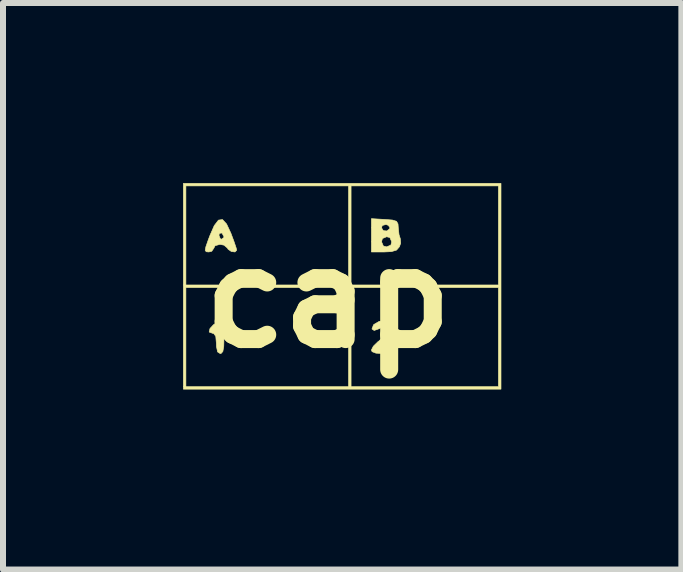
<source format=kicad_pcb>
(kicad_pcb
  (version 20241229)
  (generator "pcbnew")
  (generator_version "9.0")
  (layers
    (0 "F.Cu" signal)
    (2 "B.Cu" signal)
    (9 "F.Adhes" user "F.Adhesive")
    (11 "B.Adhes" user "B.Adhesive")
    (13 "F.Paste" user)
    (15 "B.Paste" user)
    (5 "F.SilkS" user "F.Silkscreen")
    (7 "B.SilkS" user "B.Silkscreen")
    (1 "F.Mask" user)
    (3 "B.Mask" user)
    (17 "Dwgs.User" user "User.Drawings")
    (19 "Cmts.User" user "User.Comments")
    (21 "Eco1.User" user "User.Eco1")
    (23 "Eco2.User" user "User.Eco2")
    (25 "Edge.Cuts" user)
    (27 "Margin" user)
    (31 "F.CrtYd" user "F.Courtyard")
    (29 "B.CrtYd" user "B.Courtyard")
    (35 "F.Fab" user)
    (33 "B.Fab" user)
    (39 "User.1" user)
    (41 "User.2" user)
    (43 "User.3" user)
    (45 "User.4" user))
  (footprint "cap"
    (layer "F.Cu")
    (at 2.418 1.91)
    (property "Reference" "cap" (at 0 0 0) (layer "F.SilkS") (effects (font (size 1.524 1.524) (thickness 0.3))))
    (attr through_hole)
    (fp_poly (pts (xy -1.776 0.392) (xy -1.746 0.463) (xy -1.736 0.61) (xy -1.736 0.656) (xy -1.74 0.811) (xy -1.755 0.896) (xy -1.785 0.929) (xy -1.799 0.931) (xy -1.843 0.903) (xy -1.862 0.811) (xy -1.863 0.762) (xy -1.873 0.644) (xy -1.908 0.596) (xy -1.926 0.593) (xy -1.983 0.572) (xy -1.97 0.514) (xy -1.912 0.451) (xy -1.829 0.39) (xy -1.776 0.392)) (stroke (width 0.01) (type solid)) (fill yes) (layer "F.SilkS"))
    (fp_poly (pts (xy 2.879 1.524) (xy -2.413 1.524) (xy -2.413 -0.169) (xy -2.371 -0.169) (xy -2.371 1.482) (xy 0.339 1.482) (xy 0.339 -0.169) (xy 0.381 -0.169) (xy 0.381 1.482) (xy 2.836 1.482) (xy 2.836 -0.169) (xy 0.381 -0.169) (xy 0.339 -0.169) (xy -2.371 -0.169) (xy -2.413 -0.169) (xy -2.413 -1.863) (xy -2.371 -1.863) (xy -2.371 -0.212) (xy 0.339 -0.212) (xy 0.339 -1.863) (xy 0.381 -1.863) (xy 0.381 -0.212) (xy 2.836 -0.212) (xy 2.836 -1.863) (xy 0.381 -1.863) (xy 0.339 -1.863) (xy -2.371 -1.863) (xy -2.413 -1.863) (xy -2.413 -1.905) (xy 2.879 -1.905) (xy 2.879 1.524)) (stroke (width 0.01) (type solid)) (fill yes) (layer "F.SilkS"))
    (fp_poly (pts (xy 1.074 0.417) (xy 1.092 0.432) (xy 1.139 0.514) (xy 1.114 0.606) (xy 1.015 0.72) (xy 1.012 0.724) (xy 0.88 0.847) (xy 1.012 0.847) (xy 1.103 0.859) (xy 1.143 0.887) (xy 1.143 0.889) (xy 1.105 0.913) (xy 1.008 0.928) (xy 0.931 0.931) (xy 0.796 0.924) (xy 0.731 0.899) (xy 0.72 0.871) (xy 0.752 0.808) (xy 0.83 0.732) (xy 0.847 0.72) (xy 0.931 0.639) (xy 0.973 0.558) (xy 0.974 0.547) (xy 0.965 0.481) (xy 0.926 0.474) (xy 0.848 0.517) (xy 0.766 0.546) (xy 0.729 0.521) (xy 0.754 0.454) (xy 0.761 0.446) (xy 0.85 0.394) (xy 0.969 0.384) (xy 1.074 0.417)) (stroke (width 0.01) (type solid)) (fill yes) (layer "F.SilkS"))
    (fp_poly (pts (xy -1.693 -1.228) (xy -1.62 -1.072) (xy -1.619 -1.069) (xy -1.569 -0.935) (xy -1.535 -0.834) (xy -1.524 -0.792) (xy -1.553 -0.762) (xy -1.614 -0.77) (xy -1.668 -0.808) (xy -1.678 -0.826) (xy -1.735 -0.875) (xy -1.804 -0.889) (xy -1.885 -0.866) (xy -1.905 -0.826) (xy -1.94 -0.774) (xy -1.989 -0.762) (xy -2.032 -0.766) (xy -2.049 -0.789) (xy -2.038 -0.849) (xy -1.998 -0.964) (xy -1.974 -1.027) (xy -1.969 -1.04) (xy -1.82 -1.04) (xy -1.798 -0.982) (xy -1.778 -0.974) (xy -1.737 -1.004) (xy -1.736 -1.014) (xy -1.766 -1.071) (xy -1.778 -1.079) (xy -1.814 -1.07) (xy -1.82 -1.04) (xy -1.969 -1.04) (xy -1.898 -1.202) (xy -1.828 -1.293) (xy -1.761 -1.302) (xy -1.693 -1.228)) (stroke (width 0.01) (type solid)) (fill yes) (layer "F.SilkS"))
    (fp_poly (pts (xy 0.942 -1.304) (xy 1.071 -1.294) (xy 1.138 -1.273) (xy 1.163 -1.229) (xy 1.168 -1.16) (xy 1.18 -1.051) (xy 1.202 -0.981) (xy 1.208 -0.909) (xy 1.186 -0.848) (xy 1.138 -0.793) (xy 1.054 -0.768) (xy 0.93 -0.762) (xy 0.72 -0.762) (xy 0.72 -0.931) (xy 0.889 -0.931) (xy 0.919 -0.861) (xy 0.974 -0.847) (xy 1.044 -0.877) (xy 1.058 -0.931) (xy 1.028 -1.002) (xy 0.974 -1.016) (xy 0.903 -0.986) (xy 0.889 -0.931) (xy 0.72 -0.931) (xy 0.72 -1.164) (xy 0.889 -1.164) (xy 0.918 -1.117) (xy 0.978 -1.112) (xy 1.025 -1.15) (xy 1.029 -1.164) (xy 1.002 -1.205) (xy 0.963 -1.22) (xy 0.9 -1.203) (xy 0.889 -1.164) (xy 0.72 -1.164) (xy 0.72 -1.317) (xy 0.942 -1.304)) (stroke (width 0.01) (type solid)) (fill yes) (layer "F.SilkS")))
  (gr_rect
    (start -3 -3)
    (end 8.302 6.439)
    (stroke (width 0.1) (type default))
    (fill no)
    (layer "Edge.Cuts")))
</source>
